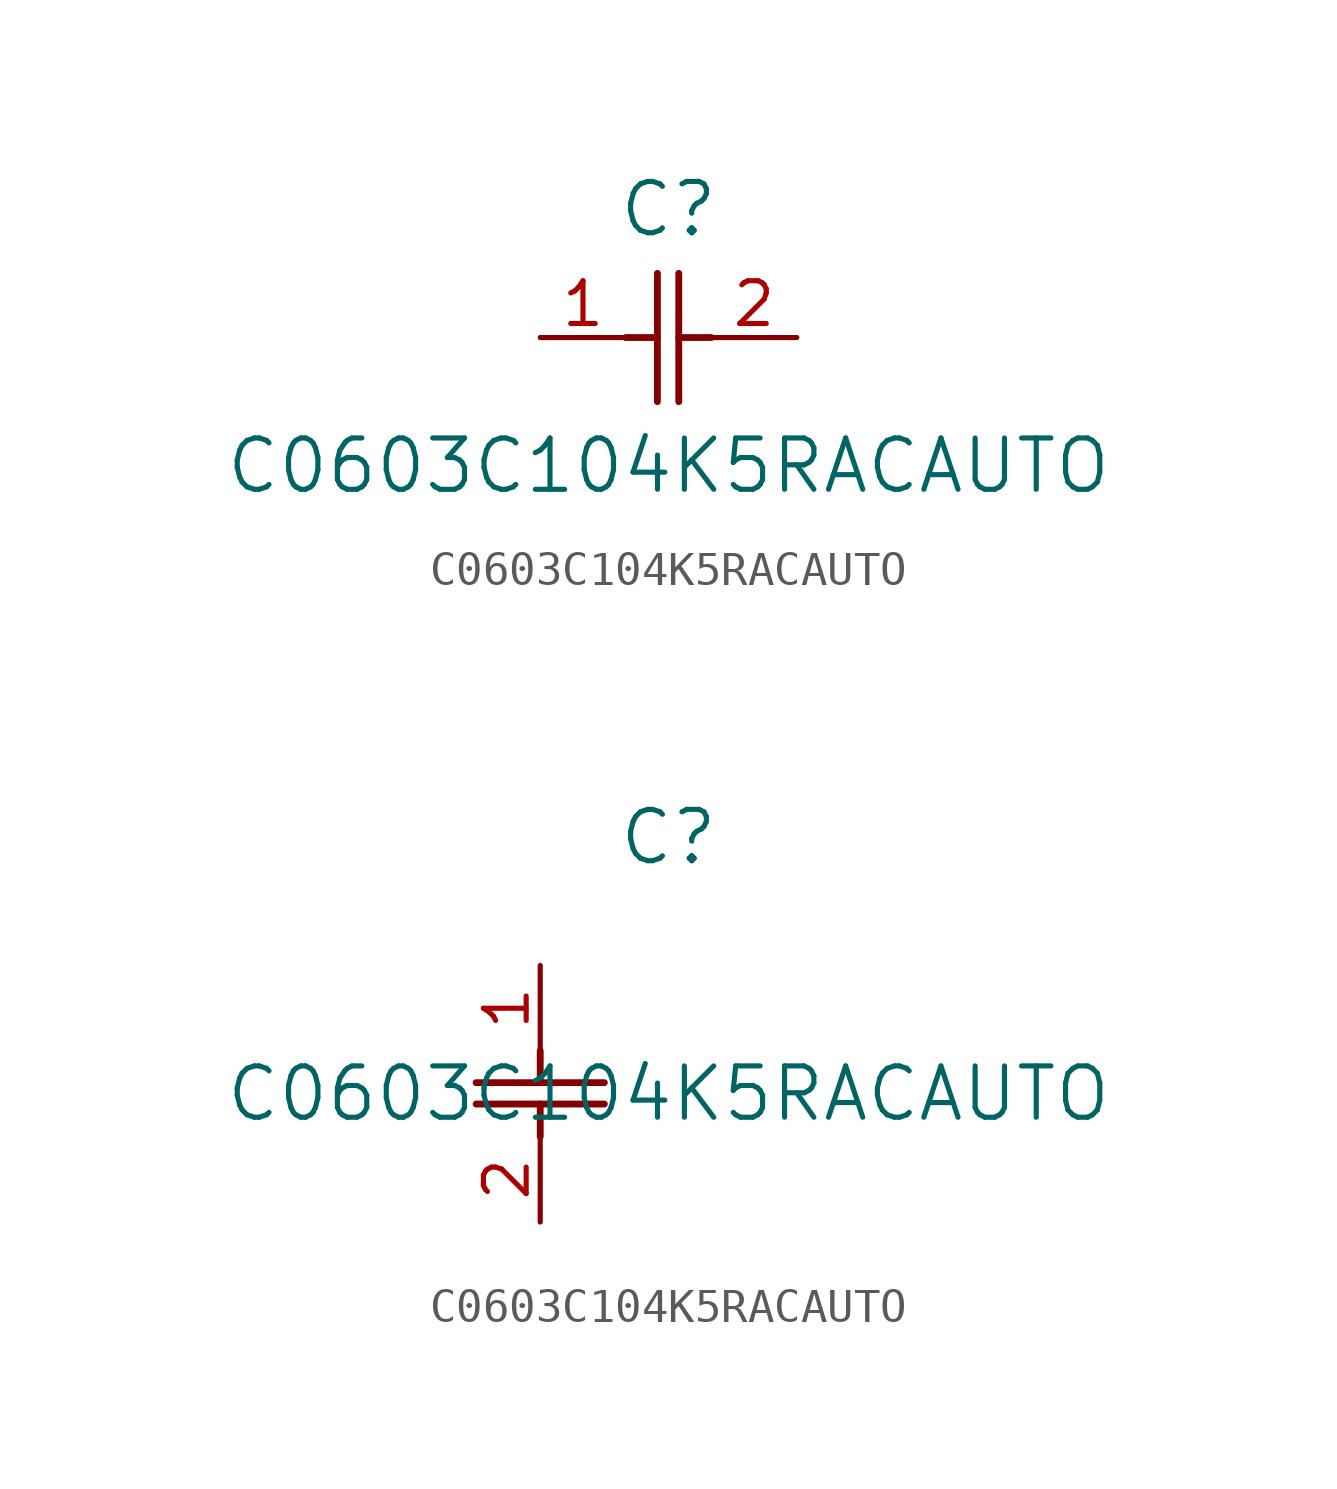
<source format=kicad_sym>
(kicad_symbol_lib
  (version 20211014)
  (generator kicad_symbol_editor)
  (symbol "C0603C104K5RACAUTO"
    (pin_names
      (offset 0.254))
    (property "Reference" "C"
      (at 3.81 3.81 0)
      (effects (font (size 1.524 1.524))))
    (property "Value" "C0603C104K5RACAUTO"
      (at 3.81 -3.81 0)
      (effects (font (size 1.524 1.524))))
    (symbol "C0603C104K5RACAUTO_1_1"
      (polyline (pts (xy 3.48 -1.905) (xy 3.48 1.905)) (stroke (width 0.203) (type default) (color 0 0 0 0)) (fill (type none)))
      (polyline (pts (xy 4.115 -1.905) (xy 4.115 1.905)) (stroke (width 0.203) (type default) (color 0 0 0 0)) (fill (type none)))
      (polyline (pts (xy 4.115 0) (xy 5.08 0)) (stroke (width 0.203) (type default) (color 0 0 0 0)) (fill (type none)))
      (polyline (pts (xy 2.54 0) (xy 3.48 0)) (stroke (width 0.203) (type default) (color 0 0 0 0)) (fill (type none)))
      (pin unspecified line (at 0 0 0) (length 2.54) (name "" (effects (font (size 1.27 1.27)))) (number "1" (effects (font (size 1.27 1.27)))))
      (pin unspecified line (at 7.62 0 180) (length 2.54) (name "" (effects (font (size 1.27 1.27)))) (number "2" (effects (font (size 1.27 1.27))))))
    (symbol "C0603C104K5RACAUTO_1_2"
      (polyline (pts (xy -1.905 -3.48) (xy 1.905 -3.48)) (stroke (width 0.203) (type default) (color 0 0 0 0)) (fill (type none)))
      (polyline (pts (xy -1.905 -4.115) (xy 1.905 -4.115)) (stroke (width 0.203) (type default) (color 0 0 0 0)) (fill (type none)))
      (polyline (pts (xy 0 -4.115) (xy 0 -5.08)) (stroke (width 0.203) (type default) (color 0 0 0 0)) (fill (type none)))
      (polyline (pts (xy 0 -2.54) (xy 0 -3.48)) (stroke (width 0.203) (type default) (color 0 0 0 0)) (fill (type none)))
      (pin unspecified line (at 0 0 270) (length 2.54) (name "" (effects (font (size 1.27 1.27)))) (number "1" (effects (font (size 1.27 1.27)))))
      (pin unspecified line (at 0 -7.62 90) (length 2.54) (name "" (effects (font (size 1.27 1.27)))) (number "2" (effects (font (size 1.27 1.27))))))))
</source>
